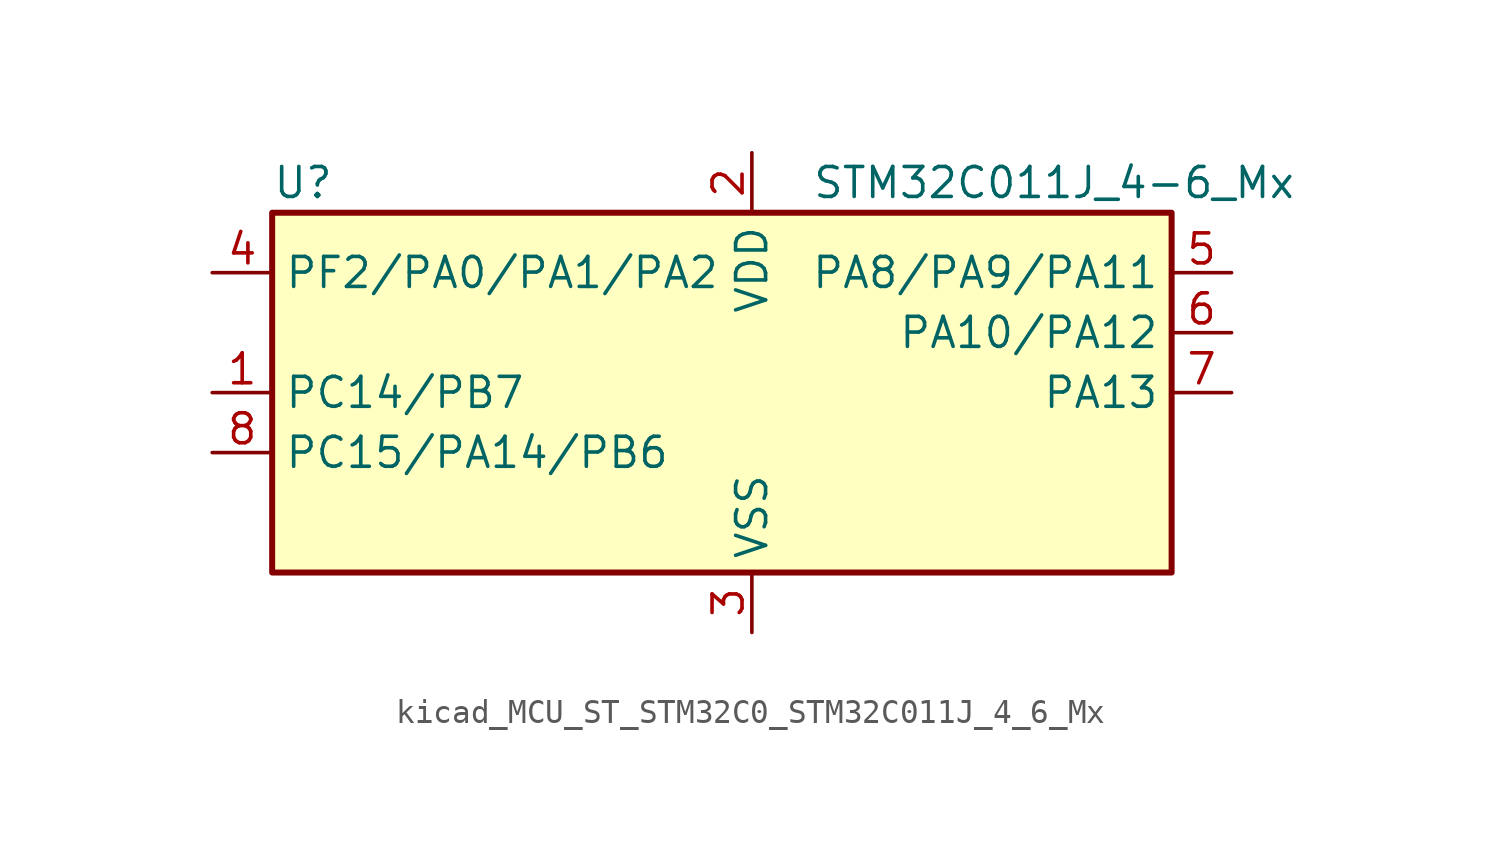
<source format=kicad_sym>
(kicad_symbol_lib
  (version 20220914)
  (generator kicad_symbol_editor)
  (symbol "kicad_MCU_ST_STM32C0_STM32C011J_4_6_Mx"
    (property "Reference" "U"
      (at -17.78 8.89 0)
      (effects (font (size 1.27 1.27)) (justify left)))
    (property "Value" "STM32C011J_4-6_Mx"
      (at 5.08 8.89 0)
      (effects (font (size 1.27 1.27)) (justify left)))
    (property "ki_locked" ""
      (at 0 0 0)
      (effects (font (size 1.27 1.27))))
    (symbol "kicad_MCU_ST_STM32C0_STM32C011J_4_6_Mx_0_1"
      (rectangle (start -17.78 -7.62) (end 20.32 7.62) (stroke (width 0.254) (type default)) (fill (type background))))
    (symbol "kicad_MCU_ST_STM32C0_STM32C011J_4_6_Mx_1_1"
      (pin bidirectional line (at -20.32 0 0) (length 2.54) (name "PC14/PB7" (effects (font (size 1.27 1.27)))) (number "1" (effects (font (size 1.27 1.27)))) (alternate "I2C1_SDA" bidirectional line) (alternate "IR_OUT" bidirectional line) (alternate "RCC_OSCX_IN" bidirectional line) (alternate "TIM17_CH1" bidirectional line) (alternate "TIM1_BKIN2" bidirectional line) (alternate "TIM1_ETR" bidirectional line) (alternate "TIM3_CH2" bidirectional line) (alternate "USART1_TX" bidirectional line) (alternate "USART2_CK" bidirectional line) (alternate "USART2_DE" bidirectional line) (alternate "USART2_RTS" bidirectional line))
      (pin power_in line (at 2.54 10.16 270) (length 2.54) (name "VDD" (effects (font (size 1.27 1.27)))) (number "2" (effects (font (size 1.27 1.27)))))
      (pin power_in line (at 2.54 -10.16 90) (length 2.54) (name "VSS" (effects (font (size 1.27 1.27)))) (number "3" (effects (font (size 1.27 1.27)))))
      (pin bidirectional line (at -20.32 5.08 0) (length 2.54) (name "PF2/PA0/PA1/PA2" (effects (font (size 1.27 1.27)))) (number "4" (effects (font (size 1.27 1.27)))) (alternate "RCC_MCO" bidirectional line) (alternate "TIM1_CH4" bidirectional line))
      (pin bidirectional line (at 22.86 5.08 180) (length 2.54) (name "PA8/PA9/PA11" (effects (font (size 1.27 1.27)))) (number "5" (effects (font (size 1.27 1.27)))) (alternate "ADC1_IN8" bidirectional line) (alternate "I2S1_WS" bidirectional line) (alternate "RCC_MCO" bidirectional line) (alternate "RCC_MCO_2" bidirectional line) (alternate "SPI1_NSS" bidirectional line) (alternate "TIM14_CH1" bidirectional line) (alternate "TIM1_CH1" bidirectional line) (alternate "TIM1_CH2N" bidirectional line) (alternate "TIM1_CH3N" bidirectional line) (alternate "TIM3_CH3" bidirectional line) (alternate "TIM3_CH4" bidirectional line) (alternate "USART1_RX" bidirectional line) (alternate "USART2_TX" bidirectional line))
      (pin bidirectional line (at 22.86 2.54 180) (length 2.54) (name "PA10/PA12" (effects (font (size 1.27 1.27)))) (number "6" (effects (font (size 1.27 1.27)))) (alternate "I2C1_SDA" bidirectional line) (alternate "RCC_MCO_2" bidirectional line) (alternate "TIM17_BKIN" bidirectional line) (alternate "TIM1_CH3" bidirectional line) (alternate "USART1_RX" bidirectional line))
      (pin bidirectional line (at 22.86 0 180) (length 2.54) (name "PA13" (effects (font (size 1.27 1.27)))) (number "7" (effects (font (size 1.27 1.27)))) (alternate "ADC1_IN13" bidirectional line) (alternate "DEBUG_SWDIO" bidirectional line) (alternate "IR_OUT" bidirectional line) (alternate "TIM3_ETR" bidirectional line) (alternate "USART2_RX" bidirectional line))
      (pin bidirectional line (at -20.32 -2.54 0) (length 2.54) (name "PC15/PA14/PB6" (effects (font (size 1.27 1.27)))) (number "8" (effects (font (size 1.27 1.27)))) (alternate "RCC_OSC32_EN" bidirectional line) (alternate "RCC_OSCX_OUT" bidirectional line) (alternate "RCC_OSC_EN" bidirectional line) (alternate "TIM1_ETR" bidirectional line) (alternate "TIM3_CH3" bidirectional line)))))
</source>
